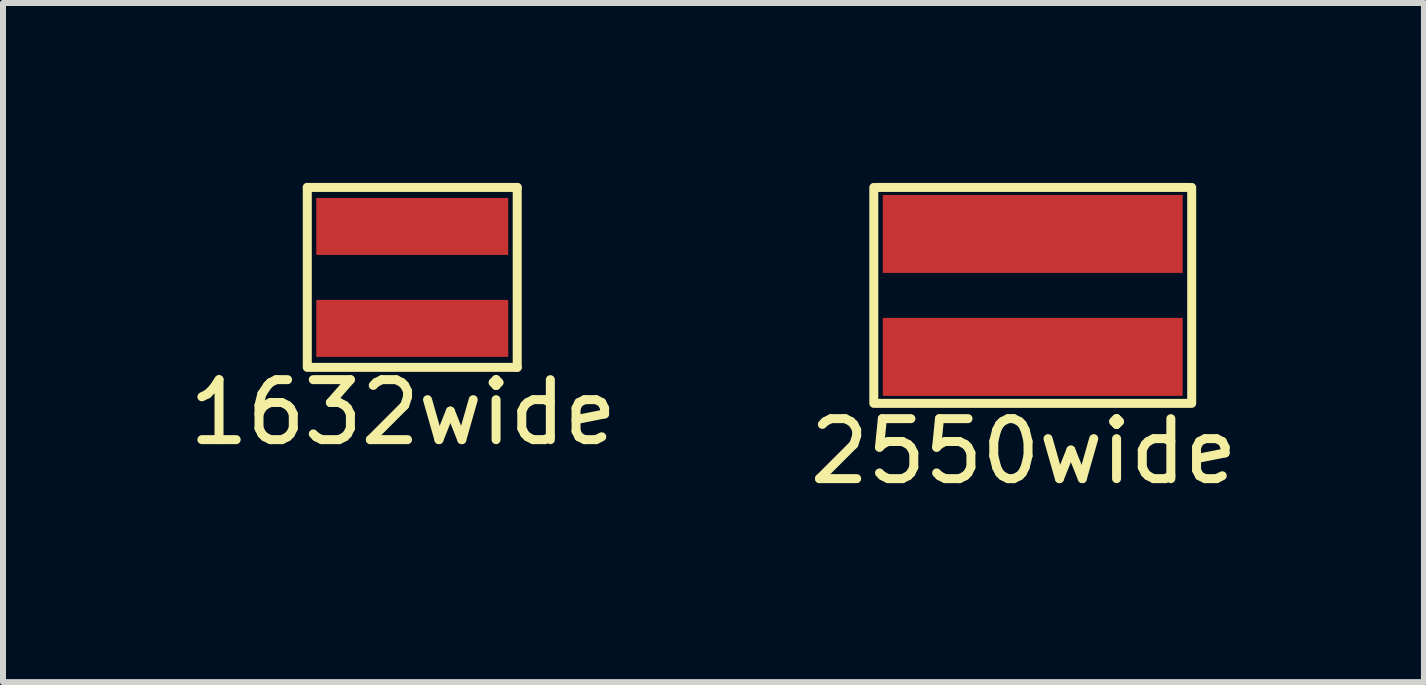
<source format=kicad_pcb>
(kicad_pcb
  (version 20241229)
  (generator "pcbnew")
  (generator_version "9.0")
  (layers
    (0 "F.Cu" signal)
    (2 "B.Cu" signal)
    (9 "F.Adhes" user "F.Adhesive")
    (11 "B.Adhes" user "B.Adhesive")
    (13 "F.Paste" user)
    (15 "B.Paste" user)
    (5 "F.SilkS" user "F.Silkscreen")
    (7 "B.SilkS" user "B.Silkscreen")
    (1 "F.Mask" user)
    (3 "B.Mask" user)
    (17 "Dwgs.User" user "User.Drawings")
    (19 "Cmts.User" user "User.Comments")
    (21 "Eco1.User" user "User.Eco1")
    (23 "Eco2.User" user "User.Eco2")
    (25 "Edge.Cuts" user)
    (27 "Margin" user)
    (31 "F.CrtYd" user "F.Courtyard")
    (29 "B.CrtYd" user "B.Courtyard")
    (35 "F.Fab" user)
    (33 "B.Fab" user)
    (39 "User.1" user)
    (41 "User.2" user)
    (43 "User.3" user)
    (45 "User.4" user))
  (footprint "1632wide"
    (layer "F.Cu")
    (at 3.823 1.575)
    (property "Reference" "1632wide" (at -0.15 2.25 0) (layer "F.SilkS") (effects (font (size 1 1) (thickness 0.15))))
    (attr through_hole)
    (fp_line (start -1.75 -1.5) (end -1.75 1.5) (stroke (width 0.15) (type solid)) (layer "F.SilkS"))
    (fp_line (start -1.7 1.5) (end 1.75 1.5) (stroke (width 0.15) (type solid)) (layer "F.SilkS"))
    (fp_line (start 1.75 -1.5) (end -1.75 -1.5) (stroke (width 0.15) (type solid)) (layer "F.SilkS"))
    (fp_line (start 1.75 1.5) (end 1.75 -1.5) (stroke (width 0.15) (type solid)) (layer "F.SilkS"))
    (pad "1" smd rect (at 0 -0.85) (size 3.2 0.95) (layers "F.Cu" "F.Mask" "F.Paste"))
    (pad "2" smd rect (at 0 0.85) (size 3.2 0.95) (layers "F.Cu" "F.Mask" "F.Paste")))
  (footprint "2550wide"
    (layer "F.Cu")
    (at 14.168 1.875)
    (property "Reference" "2550wide" (at -0.15 2.6 0) (layer "F.SilkS") (effects (font (size 1 1) (thickness 0.15))))
    (attr through_hole)
    (fp_line (start -2.65 -1.8) (end -2.65 1.8) (stroke (width 0.15) (type solid)) (layer "F.SilkS"))
    (fp_line (start -2.6 1.8) (end 2.6 1.8) (stroke (width 0.15) (type solid)) (layer "F.SilkS"))
    (fp_line (start 2.6 -1.8) (end -2.6 -1.8) (stroke (width 0.15) (type solid)) (layer "F.SilkS"))
    (fp_line (start 2.65 1.8) (end 2.65 -1.8) (stroke (width 0.15) (type solid)) (layer "F.SilkS"))
    (pad "1" smd rect (at 0 -1.025) (size 5 1.3) (layers "F.Cu" "F.Mask" "F.Paste"))
    (pad "2" smd rect (at 0 1.025) (size 5 1.3) (layers "F.Cu" "F.Mask" "F.Paste")))
  (gr_rect
    (start -3 -3)
    (end 20.69 8.323)
    (stroke (width 0.1) (type default))
    (fill no)
    (layer "Edge.Cuts")))
</source>
